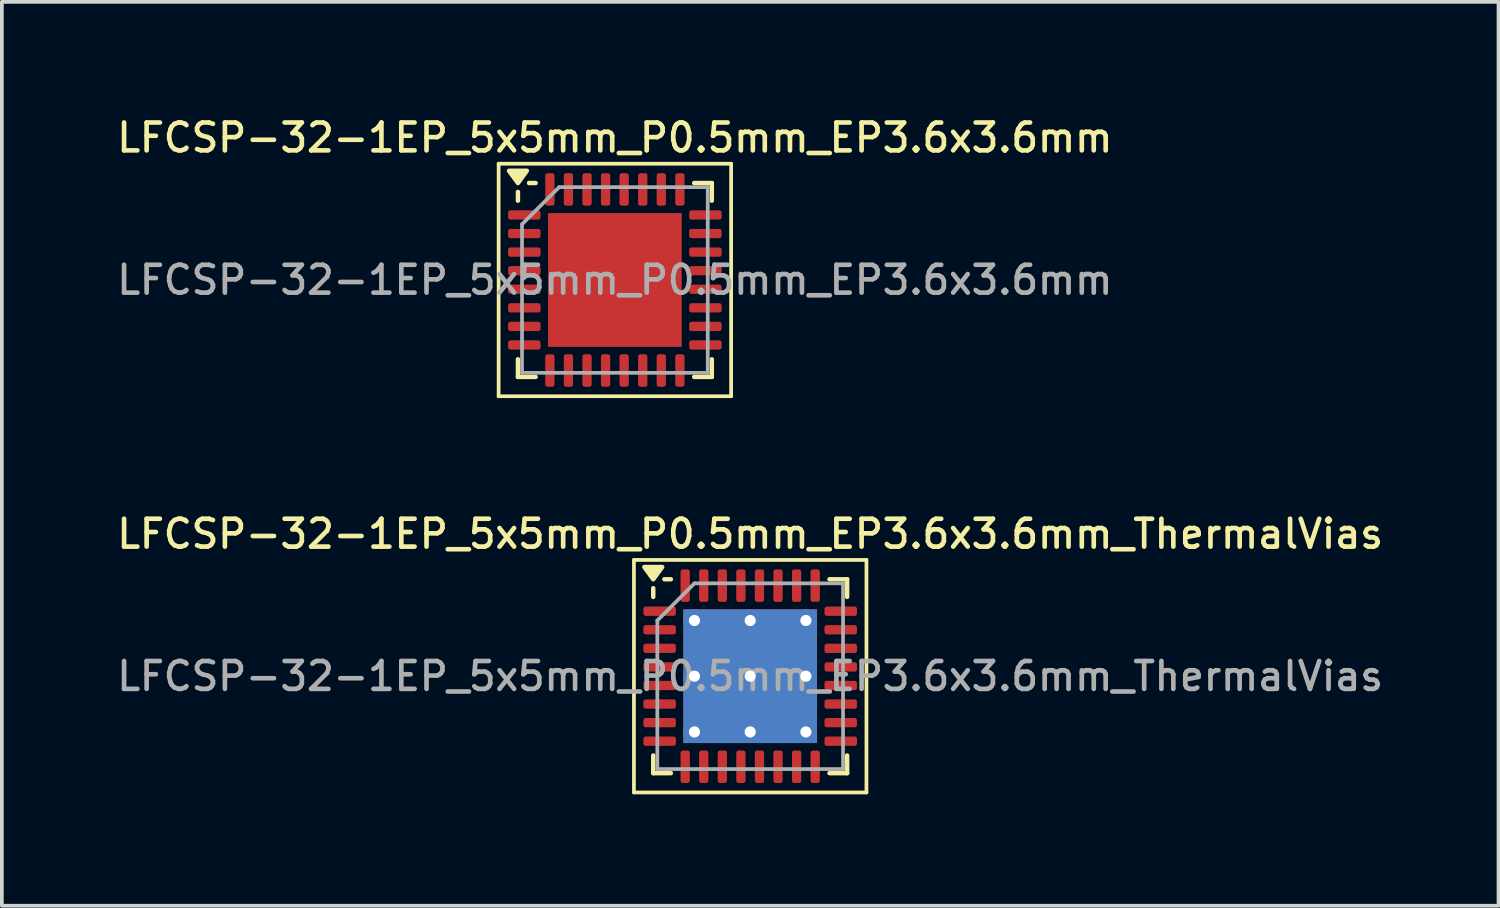
<source format=kicad_pcb>
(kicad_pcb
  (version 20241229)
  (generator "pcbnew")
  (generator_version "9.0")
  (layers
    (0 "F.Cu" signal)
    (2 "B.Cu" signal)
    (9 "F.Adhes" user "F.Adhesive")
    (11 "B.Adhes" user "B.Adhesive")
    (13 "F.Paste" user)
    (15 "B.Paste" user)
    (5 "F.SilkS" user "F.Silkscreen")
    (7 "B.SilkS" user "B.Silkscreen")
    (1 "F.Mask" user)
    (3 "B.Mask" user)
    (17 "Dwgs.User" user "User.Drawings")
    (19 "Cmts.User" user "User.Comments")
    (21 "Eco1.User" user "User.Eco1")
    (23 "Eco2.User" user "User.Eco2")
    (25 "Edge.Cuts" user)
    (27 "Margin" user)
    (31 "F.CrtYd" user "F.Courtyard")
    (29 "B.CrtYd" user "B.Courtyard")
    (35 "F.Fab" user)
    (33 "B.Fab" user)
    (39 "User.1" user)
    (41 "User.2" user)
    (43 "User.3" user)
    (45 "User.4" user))
  (footprint "LFCSP-32-1EP_5x5mm_P0.5mm_EP3.6x3.6mm"
    (layer "F.Cu")
    (at 13.505 4.488)
    (property "Reference" "LFCSP-32-1EP_5x5mm_P0.5mm_EP3.6x3.6mm" (at 0 -3.83 0) (layer "F.SilkS") (effects (font (size 0.75 0.75) (thickness 0.125))))
    (attr smd)
    (fp_line (start -3.13 -3.13) (end -3.13 3.13) (stroke (width 0.1) (type solid)) (layer "F.SilkS"))
    (fp_line (start -3.13 3.13) (end 3.13 3.13) (stroke (width 0.1) (type solid)) (layer "F.SilkS"))
    (fp_line (start -2.61 -2.135) (end -2.61 -2.37) (stroke (width 0.12) (type solid)) (layer "F.SilkS"))
    (fp_line (start -2.61 2.61) (end -2.61 2.135) (stroke (width 0.12) (type solid)) (layer "F.SilkS"))
    (fp_line (start -2.135 -2.61) (end -2.31 -2.61) (stroke (width 0.12) (type solid)) (layer "F.SilkS"))
    (fp_line (start -2.135 2.61) (end -2.61 2.61) (stroke (width 0.12) (type solid)) (layer "F.SilkS"))
    (fp_line (start 2.135 -2.61) (end 2.61 -2.61) (stroke (width 0.12) (type solid)) (layer "F.SilkS"))
    (fp_line (start 2.135 2.61) (end 2.61 2.61) (stroke (width 0.12) (type solid)) (layer "F.SilkS"))
    (fp_line (start 2.61 -2.61) (end 2.61 -2.135) (stroke (width 0.12) (type solid)) (layer "F.SilkS"))
    (fp_line (start 2.61 2.61) (end 2.61 2.135) (stroke (width 0.12) (type solid)) (layer "F.SilkS"))
    (fp_line (start 3.13 -3.13) (end -3.13 -3.13) (stroke (width 0.1) (type solid)) (layer "F.SilkS"))
    (fp_line (start 3.13 3.13) (end 3.13 -3.13) (stroke (width 0.1) (type solid)) (layer "F.SilkS"))
    (fp_poly (pts (xy -2.61 -2.61) (xy -2.85 -2.94) (xy -2.37 -2.94) (xy -2.61 -2.61)) (stroke (width 0.12) (type solid)) (fill yes) (layer "F.SilkS"))
    (fp_line (start -2.5 -1.5) (end -1.5 -2.5) (stroke (width 0.1) (type solid)) (layer "F.Fab"))
    (fp_line (start -2.5 2.5) (end -2.5 -1.5) (stroke (width 0.1) (type solid)) (layer "F.Fab"))
    (fp_line (start -1.5 -2.5) (end 2.5 -2.5) (stroke (width 0.1) (type solid)) (layer "F.Fab"))
    (fp_line (start 2.5 -2.5) (end 2.5 2.5) (stroke (width 0.1) (type solid)) (layer "F.Fab"))
    (fp_line (start 2.5 2.5) (end -2.5 2.5) (stroke (width 0.1) (type solid)) (layer "F.Fab"))
    (fp_text user "${REFERENCE}" (at 0 0 0) (layer "F.Fab") (effects (font (size 0.75 0.75) (thickness 0.125))))
    (pad "" smd roundrect (at -0.9 -0.9) (size 1.45 1.45) (layers "F.Paste") (roundrect_rratio 0.172))
    (pad "" smd roundrect (at -0.9 0.9) (size 1.45 1.45) (layers "F.Paste") (roundrect_rratio 0.172))
    (pad "" smd roundrect (at 0.9 -0.9) (size 1.45 1.45) (layers "F.Paste") (roundrect_rratio 0.172))
    (pad "" smd roundrect (at 0.9 0.9) (size 1.45 1.45) (layers "F.Paste") (roundrect_rratio 0.172))
    (pad "1" smd roundrect (at -2.438 -1.75) (size 0.875 0.25) (layers "F.Cu" "F.Mask" "F.Paste") (roundrect_rratio 0.25))
    (pad "2" smd roundrect (at -2.438 -1.25) (size 0.875 0.25) (layers "F.Cu" "F.Mask" "F.Paste") (roundrect_rratio 0.25))
    (pad "3" smd roundrect (at -2.438 -0.75) (size 0.875 0.25) (layers "F.Cu" "F.Mask" "F.Paste") (roundrect_rratio 0.25))
    (pad "4" smd roundrect (at -2.438 -0.25) (size 0.875 0.25) (layers "F.Cu" "F.Mask" "F.Paste") (roundrect_rratio 0.25))
    (pad "5" smd roundrect (at -2.438 0.25) (size 0.875 0.25) (layers "F.Cu" "F.Mask" "F.Paste") (roundrect_rratio 0.25))
    (pad "6" smd roundrect (at -2.438 0.75) (size 0.875 0.25) (layers "F.Cu" "F.Mask" "F.Paste") (roundrect_rratio 0.25))
    (pad "7" smd roundrect (at -2.438 1.25) (size 0.875 0.25) (layers "F.Cu" "F.Mask" "F.Paste") (roundrect_rratio 0.25))
    (pad "8" smd roundrect (at -2.438 1.75) (size 0.875 0.25) (layers "F.Cu" "F.Mask" "F.Paste") (roundrect_rratio 0.25))
    (pad "9" smd roundrect (at -1.75 2.438) (size 0.25 0.875) (layers "F.Cu" "F.Mask" "F.Paste") (roundrect_rratio 0.25))
    (pad "10" smd roundrect (at -1.25 2.438) (size 0.25 0.875) (layers "F.Cu" "F.Mask" "F.Paste") (roundrect_rratio 0.25))
    (pad "11" smd roundrect (at -0.75 2.438) (size 0.25 0.875) (layers "F.Cu" "F.Mask" "F.Paste") (roundrect_rratio 0.25))
    (pad "12" smd roundrect (at -0.25 2.438) (size 0.25 0.875) (layers "F.Cu" "F.Mask" "F.Paste") (roundrect_rratio 0.25))
    (pad "13" smd roundrect (at 0.25 2.438) (size 0.25 0.875) (layers "F.Cu" "F.Mask" "F.Paste") (roundrect_rratio 0.25))
    (pad "14" smd roundrect (at 0.75 2.438) (size 0.25 0.875) (layers "F.Cu" "F.Mask" "F.Paste") (roundrect_rratio 0.25))
    (pad "15" smd roundrect (at 1.25 2.438) (size 0.25 0.875) (layers "F.Cu" "F.Mask" "F.Paste") (roundrect_rratio 0.25))
    (pad "16" smd roundrect (at 1.75 2.438) (size 0.25 0.875) (layers "F.Cu" "F.Mask" "F.Paste") (roundrect_rratio 0.25))
    (pad "17" smd roundrect (at 2.438 1.75) (size 0.875 0.25) (layers "F.Cu" "F.Mask" "F.Paste") (roundrect_rratio 0.25))
    (pad "18" smd roundrect (at 2.438 1.25) (size 0.875 0.25) (layers "F.Cu" "F.Mask" "F.Paste") (roundrect_rratio 0.25))
    (pad "19" smd roundrect (at 2.438 0.75) (size 0.875 0.25) (layers "F.Cu" "F.Mask" "F.Paste") (roundrect_rratio 0.25))
    (pad "20" smd roundrect (at 2.438 0.25) (size 0.875 0.25) (layers "F.Cu" "F.Mask" "F.Paste") (roundrect_rratio 0.25))
    (pad "21" smd roundrect (at 2.438 -0.25) (size 0.875 0.25) (layers "F.Cu" "F.Mask" "F.Paste") (roundrect_rratio 0.25))
    (pad "22" smd roundrect (at 2.438 -0.75) (size 0.875 0.25) (layers "F.Cu" "F.Mask" "F.Paste") (roundrect_rratio 0.25))
    (pad "23" smd roundrect (at 2.438 -1.25) (size 0.875 0.25) (layers "F.Cu" "F.Mask" "F.Paste") (roundrect_rratio 0.25))
    (pad "24" smd roundrect (at 2.438 -1.75) (size 0.875 0.25) (layers "F.Cu" "F.Mask" "F.Paste") (roundrect_rratio 0.25))
    (pad "25" smd roundrect (at 1.75 -2.438) (size 0.25 0.875) (layers "F.Cu" "F.Mask" "F.Paste") (roundrect_rratio 0.25))
    (pad "26" smd roundrect (at 1.25 -2.438) (size 0.25 0.875) (layers "F.Cu" "F.Mask" "F.Paste") (roundrect_rratio 0.25))
    (pad "27" smd roundrect (at 0.75 -2.438) (size 0.25 0.875) (layers "F.Cu" "F.Mask" "F.Paste") (roundrect_rratio 0.25))
    (pad "28" smd roundrect (at 0.25 -2.438) (size 0.25 0.875) (layers "F.Cu" "F.Mask" "F.Paste") (roundrect_rratio 0.25))
    (pad "29" smd roundrect (at -0.25 -2.438) (size 0.25 0.875) (layers "F.Cu" "F.Mask" "F.Paste") (roundrect_rratio 0.25))
    (pad "30" smd roundrect (at -0.75 -2.438) (size 0.25 0.875) (layers "F.Cu" "F.Mask" "F.Paste") (roundrect_rratio 0.25))
    (pad "31" smd roundrect (at -1.25 -2.438) (size 0.25 0.875) (layers "F.Cu" "F.Mask" "F.Paste") (roundrect_rratio 0.25))
    (pad "32" smd roundrect (at -1.75 -2.438) (size 0.25 0.875) (layers "F.Cu" "F.Mask" "F.Paste") (roundrect_rratio 0.25))
    (pad "33" smd rect (at 0 0) (size 3.6 3.6) (property pad_prop_heatsink) (layers "F.Cu" "F.Mask")))
  (footprint "LFCSP-32-1EP_5x5mm_P0.5mm_EP3.6x3.6mm_ThermalVias"
    (layer "F.Cu")
    (at 17.148 15.156)
    (property "Reference" "LFCSP-32-1EP_5x5mm_P0.5mm_EP3.6x3.6mm_ThermalVias" (at 0 -3.83 0) (layer "F.SilkS") (effects (font (size 0.75 0.75) (thickness 0.125))))
    (attr smd)
    (fp_line (start -3.13 -3.13) (end -3.13 3.13) (stroke (width 0.1) (type solid)) (layer "F.SilkS"))
    (fp_line (start -3.13 3.13) (end 3.13 3.13) (stroke (width 0.1) (type solid)) (layer "F.SilkS"))
    (fp_line (start -2.61 -2.135) (end -2.61 -2.37) (stroke (width 0.12) (type solid)) (layer "F.SilkS"))
    (fp_line (start -2.61 2.61) (end -2.61 2.135) (stroke (width 0.12) (type solid)) (layer "F.SilkS"))
    (fp_line (start -2.135 -2.61) (end -2.31 -2.61) (stroke (width 0.12) (type solid)) (layer "F.SilkS"))
    (fp_line (start -2.135 2.61) (end -2.61 2.61) (stroke (width 0.12) (type solid)) (layer "F.SilkS"))
    (fp_line (start 2.135 -2.61) (end 2.61 -2.61) (stroke (width 0.12) (type solid)) (layer "F.SilkS"))
    (fp_line (start 2.135 2.61) (end 2.61 2.61) (stroke (width 0.12) (type solid)) (layer "F.SilkS"))
    (fp_line (start 2.61 -2.61) (end 2.61 -2.135) (stroke (width 0.12) (type solid)) (layer "F.SilkS"))
    (fp_line (start 2.61 2.61) (end 2.61 2.135) (stroke (width 0.12) (type solid)) (layer "F.SilkS"))
    (fp_line (start 3.13 -3.13) (end -3.13 -3.13) (stroke (width 0.1) (type solid)) (layer "F.SilkS"))
    (fp_line (start 3.13 3.13) (end 3.13 -3.13) (stroke (width 0.1) (type solid)) (layer "F.SilkS"))
    (fp_poly (pts (xy -2.61 -2.61) (xy -2.85 -2.94) (xy -2.37 -2.94) (xy -2.61 -2.61)) (stroke (width 0.12) (type solid)) (fill yes) (layer "F.SilkS"))
    (fp_line (start -2.5 -1.5) (end -1.5 -2.5) (stroke (width 0.1) (type solid)) (layer "F.Fab"))
    (fp_line (start -2.5 2.5) (end -2.5 -1.5) (stroke (width 0.1) (type solid)) (layer "F.Fab"))
    (fp_line (start -1.5 -2.5) (end 2.5 -2.5) (stroke (width 0.1) (type solid)) (layer "F.Fab"))
    (fp_line (start 2.5 -2.5) (end 2.5 2.5) (stroke (width 0.1) (type solid)) (layer "F.Fab"))
    (fp_line (start 2.5 2.5) (end -2.5 2.5) (stroke (width 0.1) (type solid)) (layer "F.Fab"))
    (fp_text user "${REFERENCE}" (at 0 0 0) (layer "F.Fab") (effects (font (size 0.75 0.75) (thickness 0.125))))
    (pad "" smd roundrect (at -0.9 -0.9) (size 1.51 1.51) (layers "F.Paste") (roundrect_rratio 0.166))
    (pad "" smd roundrect (at -0.9 0.9) (size 1.51 1.51) (layers "F.Paste") (roundrect_rratio 0.166))
    (pad "" smd roundrect (at 0.9 -0.9) (size 1.51 1.51) (layers "F.Paste") (roundrect_rratio 0.166))
    (pad "" smd roundrect (at 0.9 0.9) (size 1.51 1.51) (layers "F.Paste") (roundrect_rratio 0.166))
    (pad "1" smd roundrect (at -2.438 -1.75) (size 0.875 0.25) (layers "F.Cu" "F.Mask" "F.Paste") (roundrect_rratio 0.25))
    (pad "2" smd roundrect (at -2.438 -1.25) (size 0.875 0.25) (layers "F.Cu" "F.Mask" "F.Paste") (roundrect_rratio 0.25))
    (pad "3" smd roundrect (at -2.438 -0.75) (size 0.875 0.25) (layers "F.Cu" "F.Mask" "F.Paste") (roundrect_rratio 0.25))
    (pad "4" smd roundrect (at -2.438 -0.25) (size 0.875 0.25) (layers "F.Cu" "F.Mask" "F.Paste") (roundrect_rratio 0.25))
    (pad "5" smd roundrect (at -2.438 0.25) (size 0.875 0.25) (layers "F.Cu" "F.Mask" "F.Paste") (roundrect_rratio 0.25))
    (pad "6" smd roundrect (at -2.438 0.75) (size 0.875 0.25) (layers "F.Cu" "F.Mask" "F.Paste") (roundrect_rratio 0.25))
    (pad "7" smd roundrect (at -2.438 1.25) (size 0.875 0.25) (layers "F.Cu" "F.Mask" "F.Paste") (roundrect_rratio 0.25))
    (pad "8" smd roundrect (at -2.438 1.75) (size 0.875 0.25) (layers "F.Cu" "F.Mask" "F.Paste") (roundrect_rratio 0.25))
    (pad "9" smd roundrect (at -1.75 2.438) (size 0.25 0.875) (layers "F.Cu" "F.Mask" "F.Paste") (roundrect_rratio 0.25))
    (pad "10" smd roundrect (at -1.25 2.438) (size 0.25 0.875) (layers "F.Cu" "F.Mask" "F.Paste") (roundrect_rratio 0.25))
    (pad "11" smd roundrect (at -0.75 2.438) (size 0.25 0.875) (layers "F.Cu" "F.Mask" "F.Paste") (roundrect_rratio 0.25))
    (pad "12" smd roundrect (at -0.25 2.438) (size 0.25 0.875) (layers "F.Cu" "F.Mask" "F.Paste") (roundrect_rratio 0.25))
    (pad "13" smd roundrect (at 0.25 2.438) (size 0.25 0.875) (layers "F.Cu" "F.Mask" "F.Paste") (roundrect_rratio 0.25))
    (pad "14" smd roundrect (at 0.75 2.438) (size 0.25 0.875) (layers "F.Cu" "F.Mask" "F.Paste") (roundrect_rratio 0.25))
    (pad "15" smd roundrect (at 1.25 2.438) (size 0.25 0.875) (layers "F.Cu" "F.Mask" "F.Paste") (roundrect_rratio 0.25))
    (pad "16" smd roundrect (at 1.75 2.438) (size 0.25 0.875) (layers "F.Cu" "F.Mask" "F.Paste") (roundrect_rratio 0.25))
    (pad "17" smd roundrect (at 2.438 1.75) (size 0.875 0.25) (layers "F.Cu" "F.Mask" "F.Paste") (roundrect_rratio 0.25))
    (pad "18" smd roundrect (at 2.438 1.25) (size 0.875 0.25) (layers "F.Cu" "F.Mask" "F.Paste") (roundrect_rratio 0.25))
    (pad "19" smd roundrect (at 2.438 0.75) (size 0.875 0.25) (layers "F.Cu" "F.Mask" "F.Paste") (roundrect_rratio 0.25))
    (pad "20" smd roundrect (at 2.438 0.25) (size 0.875 0.25) (layers "F.Cu" "F.Mask" "F.Paste") (roundrect_rratio 0.25))
    (pad "21" smd roundrect (at 2.438 -0.25) (size 0.875 0.25) (layers "F.Cu" "F.Mask" "F.Paste") (roundrect_rratio 0.25))
    (pad "22" smd roundrect (at 2.438 -0.75) (size 0.875 0.25) (layers "F.Cu" "F.Mask" "F.Paste") (roundrect_rratio 0.25))
    (pad "23" smd roundrect (at 2.438 -1.25) (size 0.875 0.25) (layers "F.Cu" "F.Mask" "F.Paste") (roundrect_rratio 0.25))
    (pad "24" smd roundrect (at 2.438 -1.75) (size 0.875 0.25) (layers "F.Cu" "F.Mask" "F.Paste") (roundrect_rratio 0.25))
    (pad "25" smd roundrect (at 1.75 -2.438) (size 0.25 0.875) (layers "F.Cu" "F.Mask" "F.Paste") (roundrect_rratio 0.25))
    (pad "26" smd roundrect (at 1.25 -2.438) (size 0.25 0.875) (layers "F.Cu" "F.Mask" "F.Paste") (roundrect_rratio 0.25))
    (pad "27" smd roundrect (at 0.75 -2.438) (size 0.25 0.875) (layers "F.Cu" "F.Mask" "F.Paste") (roundrect_rratio 0.25))
    (pad "28" smd roundrect (at 0.25 -2.438) (size 0.25 0.875) (layers "F.Cu" "F.Mask" "F.Paste") (roundrect_rratio 0.25))
    (pad "29" smd roundrect (at -0.25 -2.438) (size 0.25 0.875) (layers "F.Cu" "F.Mask" "F.Paste") (roundrect_rratio 0.25))
    (pad "30" smd roundrect (at -0.75 -2.438) (size 0.25 0.875) (layers "F.Cu" "F.Mask" "F.Paste") (roundrect_rratio 0.25))
    (pad "31" smd roundrect (at -1.25 -2.438) (size 0.25 0.875) (layers "F.Cu" "F.Mask" "F.Paste") (roundrect_rratio 0.25))
    (pad "32" smd roundrect (at -1.75 -2.438) (size 0.25 0.875) (layers "F.Cu" "F.Mask" "F.Paste") (roundrect_rratio 0.25))
    (pad "33" thru_hole circle (at -1.5 -1.5) (size 0.6 0.6) (drill 0.3) (property pad_prop_heatsink) (layers "*.Cu"))
    (pad "33" thru_hole circle (at -1.5 0) (size 0.6 0.6) (drill 0.3) (property pad_prop_heatsink) (layers "*.Cu"))
    (pad "33" thru_hole circle (at -1.5 1.5) (size 0.6 0.6) (drill 0.3) (property pad_prop_heatsink) (layers "*.Cu"))
    (pad "33" thru_hole circle (at 0 -1.5) (size 0.6 0.6) (drill 0.3) (property pad_prop_heatsink) (layers "*.Cu"))
    (pad "33" thru_hole circle (at 0 0) (size 0.6 0.6) (drill 0.3) (property pad_prop_heatsink) (layers "*.Cu"))
    (pad "33" smd rect (at 0 0) (size 3.6 3.6) (property pad_prop_heatsink) (layers "F.Cu" "F.Mask"))
    (pad "33" smd rect (at 0 0) (size 3.6 3.6) (property pad_prop_heatsink) (layers "B.Cu"))
    (pad "33" thru_hole circle (at 0 1.5) (size 0.6 0.6) (drill 0.3) (property pad_prop_heatsink) (layers "*.Cu"))
    (pad "33" thru_hole circle (at 1.5 -1.5) (size 0.6 0.6) (drill 0.3) (property pad_prop_heatsink) (layers "*.Cu"))
    (pad "33" thru_hole circle (at 1.5 0) (size 0.6 0.6) (drill 0.3) (property pad_prop_heatsink) (layers "*.Cu"))
    (pad "33" thru_hole circle (at 1.5 1.5) (size 0.6 0.6) (drill 0.3) (property pad_prop_heatsink) (layers "*.Cu")))
  (gr_rect
    (start -3 -3)
    (end 37.296 21.336)
    (stroke (width 0.1) (type default))
    (fill no)
    (layer "Edge.Cuts")))
</source>
